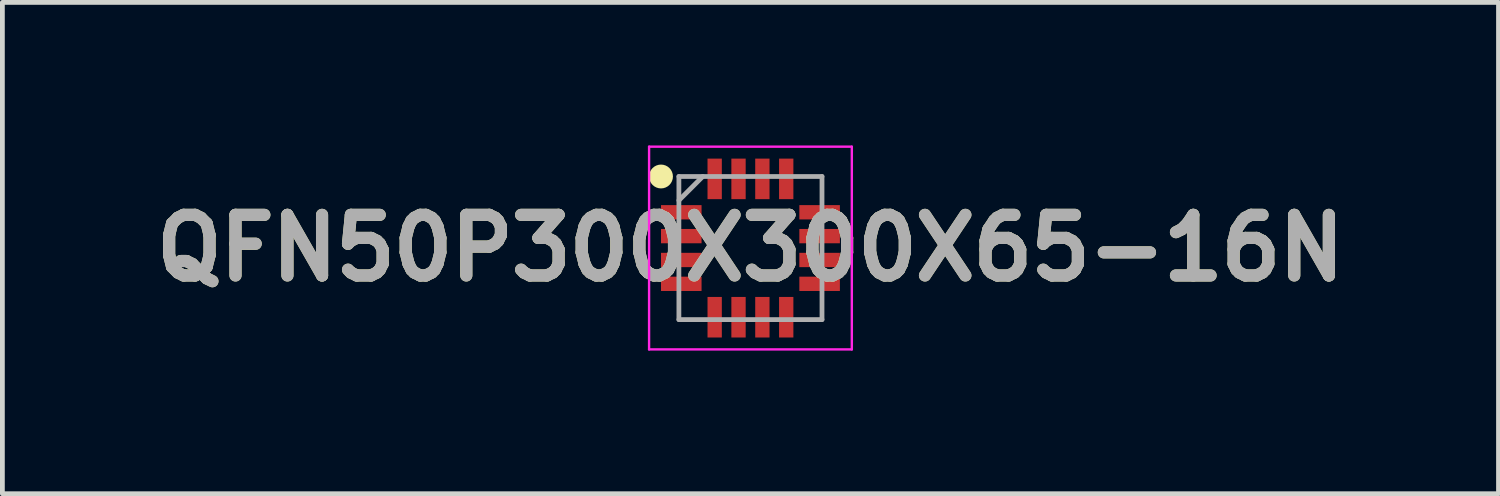
<source format=kicad_pcb>
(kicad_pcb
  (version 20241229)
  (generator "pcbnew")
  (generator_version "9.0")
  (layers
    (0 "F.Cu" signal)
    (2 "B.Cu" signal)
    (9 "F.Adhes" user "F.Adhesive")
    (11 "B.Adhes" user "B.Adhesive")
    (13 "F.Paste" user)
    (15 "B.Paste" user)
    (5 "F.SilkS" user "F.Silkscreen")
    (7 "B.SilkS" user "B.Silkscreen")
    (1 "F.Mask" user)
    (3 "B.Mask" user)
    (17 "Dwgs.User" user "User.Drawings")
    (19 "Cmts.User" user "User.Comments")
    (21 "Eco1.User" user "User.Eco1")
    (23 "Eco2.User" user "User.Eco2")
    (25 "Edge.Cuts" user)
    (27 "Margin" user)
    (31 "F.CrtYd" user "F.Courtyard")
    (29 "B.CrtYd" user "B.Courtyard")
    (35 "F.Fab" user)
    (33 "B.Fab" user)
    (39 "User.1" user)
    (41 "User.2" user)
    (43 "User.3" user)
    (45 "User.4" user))
  (footprint "QFN50P300X300X65-16N"
    (layer "F.Cu")
    (at 12.682 2.15)
    (property "Reference" "QFN50P300X300X65-16N" (at 0 0 0) (layer "F.SilkS") (effects (font (size 1.27 1.27) (thickness 0.254))))
    (attr smd)
    (fp_circle (center -1.875 -1.5) (end -1.875 -1.375) (stroke (width 0.25) (type solid)) (fill no) (layer "F.SilkS"))
    (fp_line (start -2.125 -2.125) (end 2.125 -2.125) (stroke (width 0.05) (type solid)) (layer "F.CrtYd"))
    (fp_line (start -2.125 2.125) (end -2.125 -2.125) (stroke (width 0.05) (type solid)) (layer "F.CrtYd"))
    (fp_line (start 2.125 -2.125) (end 2.125 2.125) (stroke (width 0.05) (type solid)) (layer "F.CrtYd"))
    (fp_line (start 2.125 2.125) (end -2.125 2.125) (stroke (width 0.05) (type solid)) (layer "F.CrtYd"))
    (fp_line (start -1.5 -1.5) (end 1.5 -1.5) (stroke (width 0.1) (type solid)) (layer "F.Fab"))
    (fp_line (start -1.5 -1) (end -1 -1.5) (stroke (width 0.1) (type solid)) (layer "F.Fab"))
    (fp_line (start -1.5 1.5) (end -1.5 -1.5) (stroke (width 0.1) (type solid)) (layer "F.Fab"))
    (fp_line (start 1.5 -1.5) (end 1.5 1.5) (stroke (width 0.1) (type solid)) (layer "F.Fab"))
    (fp_line (start 1.5 1.5) (end -1.5 1.5) (stroke (width 0.1) (type solid)) (layer "F.Fab"))
    (fp_text user "${REFERENCE}" (at 0 0 0) (layer "F.Fab") (effects (font (size 1.27 1.27) (thickness 0.254))))
    (pad "1" smd rect (at -1.45 -0.75 90) (size 0.3 0.85) (layers "F.Cu" "F.Mask" "F.Paste"))
    (pad "2" smd rect (at -1.45 -0.25 90) (size 0.3 0.85) (layers "F.Cu" "F.Mask" "F.Paste"))
    (pad "3" smd rect (at -1.45 0.25 90) (size 0.3 0.85) (layers "F.Cu" "F.Mask" "F.Paste"))
    (pad "4" smd rect (at -1.45 0.75 90) (size 0.3 0.85) (layers "F.Cu" "F.Mask" "F.Paste"))
    (pad "5" smd rect (at -0.75 1.45) (size 0.3 0.85) (layers "F.Cu" "F.Mask" "F.Paste"))
    (pad "6" smd rect (at -0.25 1.45) (size 0.3 0.85) (layers "F.Cu" "F.Mask" "F.Paste"))
    (pad "7" smd rect (at 0.25 1.45) (size 0.3 0.85) (layers "F.Cu" "F.Mask" "F.Paste"))
    (pad "8" smd rect (at 0.75 1.45) (size 0.3 0.85) (layers "F.Cu" "F.Mask" "F.Paste"))
    (pad "9" smd rect (at 1.45 0.75 90) (size 0.3 0.85) (layers "F.Cu" "F.Mask" "F.Paste"))
    (pad "10" smd rect (at 1.45 0.25 90) (size 0.3 0.85) (layers "F.Cu" "F.Mask" "F.Paste"))
    (pad "11" smd rect (at 1.45 -0.25 90) (size 0.3 0.85) (layers "F.Cu" "F.Mask" "F.Paste"))
    (pad "12" smd rect (at 1.45 -0.75 90) (size 0.3 0.85) (layers "F.Cu" "F.Mask" "F.Paste"))
    (pad "13" smd rect (at 0.75 -1.45) (size 0.3 0.85) (layers "F.Cu" "F.Mask" "F.Paste"))
    (pad "14" smd rect (at 0.25 -1.45) (size 0.3 0.85) (layers "F.Cu" "F.Mask" "F.Paste"))
    (pad "15" smd rect (at -0.25 -1.45) (size 0.3 0.85) (layers "F.Cu" "F.Mask" "F.Paste"))
    (pad "16" smd rect (at -0.75 -1.45) (size 0.3 0.85) (layers "F.Cu" "F.Mask" "F.Paste")))
  (gr_rect
    (start -3 -3)
    (end 28.364 7.3)
    (stroke (width 0.1) (type default))
    (fill no)
    (layer "Edge.Cuts")))
</source>
